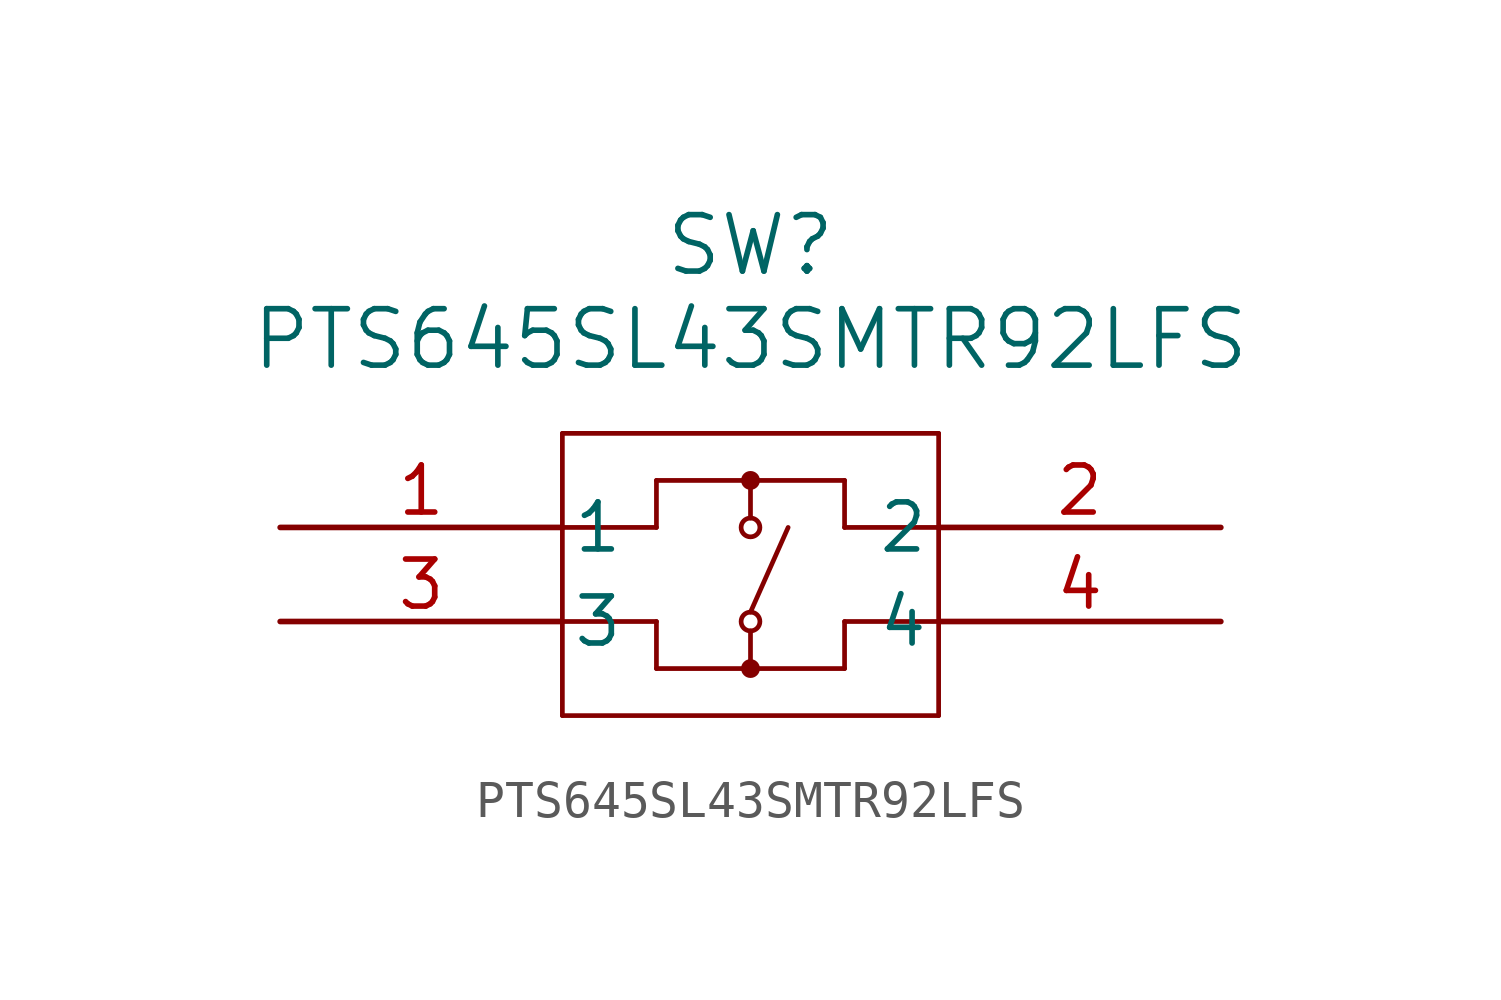
<source format=kicad_sym>
(kicad_symbol_lib
  (version 20220914)
  (generator kicad_symbol_editor)
  (symbol "PTS645SL43SMTR92LFS"
    (pin_names
      (offset 0.254))
    (property "Reference" "SW"
      (at 12.7 7.62 0)
      (effects (font (size 1.524 1.524))))
    (property "Value" "PTS645SL43SMTR92LFS"
      (at 12.7 5.08 0)
      (effects (font (size 1.524 1.524))))
    (property "ki_locked" ""
      (at 0 0 0)
      (effects (font (size 1.27 1.27))))
    (symbol "PTS645SL43SMTR92LFS_0_1"
      (polyline (pts (xy 7.62 -5.08) (xy 17.78 -5.08)) (stroke (width 0.127) (type default)) (fill (type none)))
      (polyline (pts (xy 7.62 0) (xy 10.16 0)) (stroke (width 0.127) (type default)) (fill (type none)))
      (polyline (pts (xy 7.62 2.54) (xy 7.62 -5.08)) (stroke (width 0.127) (type default)) (fill (type none)))
      (polyline (pts (xy 10.16 -3.81) (xy 10.16 -2.54)) (stroke (width 0.127) (type default)) (fill (type none)))
      (polyline (pts (xy 10.16 -2.54) (xy 7.62 -2.54)) (stroke (width 0.127) (type default)) (fill (type none)))
      (polyline (pts (xy 10.16 0) (xy 10.16 1.27)) (stroke (width 0.127) (type default)) (fill (type none)))
      (polyline (pts (xy 10.16 1.27) (xy 15.24 1.27)) (stroke (width 0.127) (type default)) (fill (type none)))
      (polyline (pts (xy 12.7 -2.794) (xy 12.7 -3.81)) (stroke (width 0.127) (type default)) (fill (type none)))
      (polyline (pts (xy 12.7 1.27) (xy 12.7 0.254)) (stroke (width 0.127) (type default)) (fill (type none)))
      (polyline (pts (xy 13.716 0) (xy 12.7 -2.286)) (stroke (width 0.127) (type default)) (fill (type none)))
      (polyline (pts (xy 15.24 -3.81) (xy 10.16 -3.81)) (stroke (width 0.127) (type default)) (fill (type none)))
      (polyline (pts (xy 15.24 -2.54) (xy 15.24 -3.81)) (stroke (width 0.127) (type default)) (fill (type none)))
      (polyline (pts (xy 15.24 0) (xy 17.78 0)) (stroke (width 0.127) (type default)) (fill (type none)))
      (polyline (pts (xy 15.24 1.27) (xy 15.24 0)) (stroke (width 0.127) (type default)) (fill (type none)))
      (polyline (pts (xy 17.78 -5.08) (xy 17.78 2.54)) (stroke (width 0.127) (type default)) (fill (type none)))
      (polyline (pts (xy 17.78 -2.54) (xy 15.24 -2.54)) (stroke (width 0.127) (type default)) (fill (type none)))
      (polyline (pts (xy 17.78 2.54) (xy 7.62 2.54)) (stroke (width 0.127) (type default)) (fill (type none)))
      (circle (center 12.7 -3.81) (radius 0.127) (stroke (width 0.254) (type default)) (fill (type none)))
      (circle (center 12.7 -2.54) (radius 0.254) (stroke (width 0.127) (type default)) (fill (type none)))
      (circle (center 12.7 0) (radius 0.254) (stroke (width 0.127) (type default)) (fill (type none)))
      (circle (center 12.7 1.27) (radius 0.127) (stroke (width 0.254) (type default)) (fill (type none)))
      (pin unspecified line (at 0 0 0) (length 7.62) (name "1" (effects (font (size 1.27 1.27)))) (number "1" (effects (font (size 1.27 1.27)))))
      (pin unspecified line (at 25.4 0 180) (length 7.62) (name "2" (effects (font (size 1.27 1.27)))) (number "2" (effects (font (size 1.27 1.27)))))
      (pin unspecified line (at 0 -2.54 0) (length 7.62) (name "3" (effects (font (size 1.27 1.27)))) (number "3" (effects (font (size 1.27 1.27)))))
      (pin unspecified line (at 25.4 -2.54 180) (length 7.62) (name "4" (effects (font (size 1.27 1.27)))) (number "4" (effects (font (size 1.27 1.27))))))))
</source>
